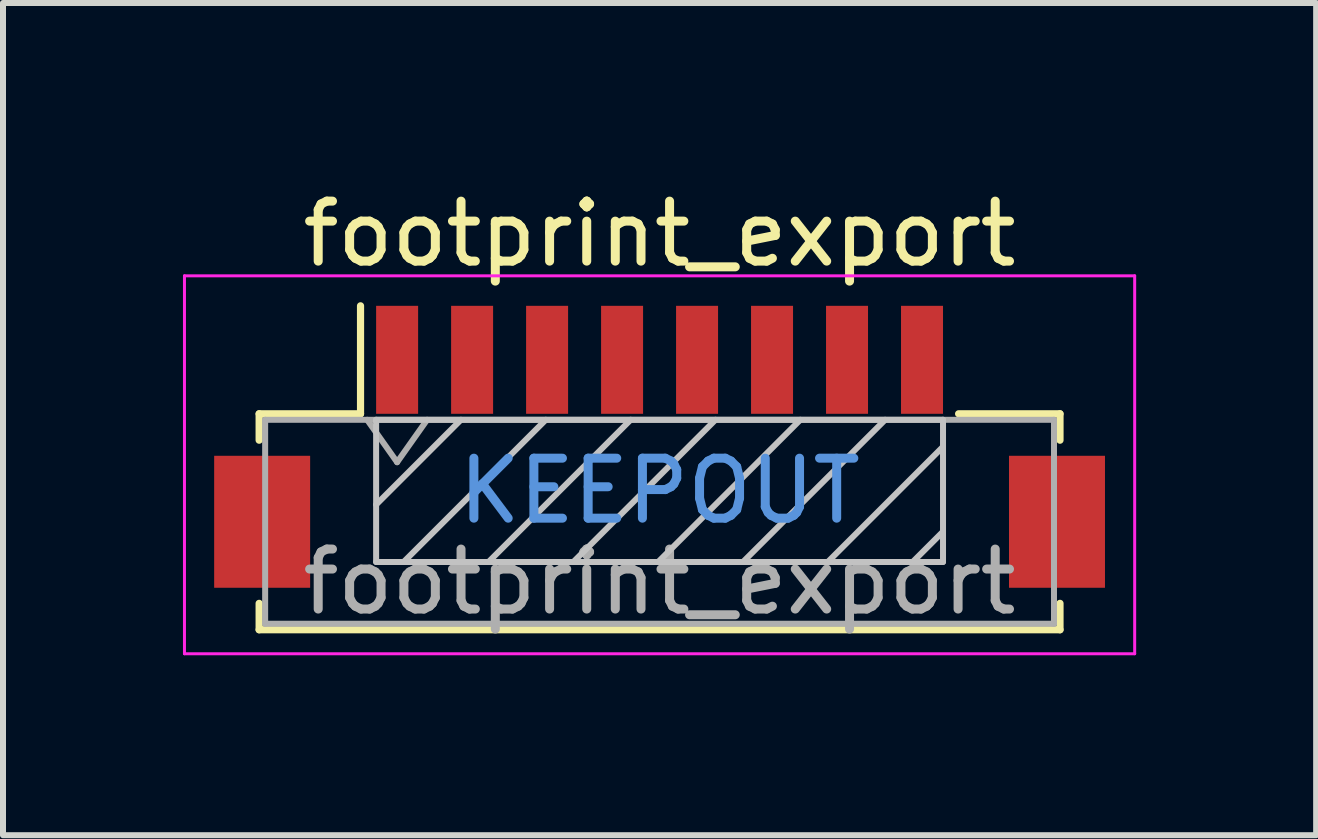
<source format=kicad_pcb>
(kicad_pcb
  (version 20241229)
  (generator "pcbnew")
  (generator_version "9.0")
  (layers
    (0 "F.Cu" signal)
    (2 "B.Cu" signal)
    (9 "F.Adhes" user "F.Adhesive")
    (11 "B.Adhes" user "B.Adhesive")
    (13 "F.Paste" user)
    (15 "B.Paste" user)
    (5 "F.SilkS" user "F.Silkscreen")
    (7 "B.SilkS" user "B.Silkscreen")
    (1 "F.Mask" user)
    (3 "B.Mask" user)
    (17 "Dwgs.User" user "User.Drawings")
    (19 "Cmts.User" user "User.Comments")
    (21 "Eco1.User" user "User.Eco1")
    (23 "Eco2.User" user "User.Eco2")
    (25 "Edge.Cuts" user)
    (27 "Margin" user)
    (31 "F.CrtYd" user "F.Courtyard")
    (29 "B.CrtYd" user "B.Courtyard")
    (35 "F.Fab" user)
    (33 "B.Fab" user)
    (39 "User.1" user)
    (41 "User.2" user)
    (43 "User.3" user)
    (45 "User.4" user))
  (footprint "footprint_export"
    (layer "F.Cu")
    (at 7.945 4.398)
    (property "Reference" "footprint_export" (at 0 -3.55 0) (layer "F.SilkS") (effects (font (size 1 1) (thickness 0.15))))
    (attr smd)
    (fp_line (start -6.675 -0.55) (end -6.675 -0.11) (stroke (width 0.12) (type solid)) (layer "F.SilkS"))
    (fp_line (start -6.675 2.61) (end -6.675 3.05) (stroke (width 0.12) (type solid)) (layer "F.SilkS"))
    (fp_line (start -6.675 3.05) (end 6.675 3.05) (stroke (width 0.12) (type solid)) (layer "F.SilkS"))
    (fp_line (start -4.985 -0.55) (end -6.675 -0.55) (stroke (width 0.12) (type solid)) (layer "F.SilkS"))
    (fp_line (start -4.985 -0.55) (end -4.985 -2.35) (stroke (width 0.12) (type solid)) (layer "F.SilkS"))
    (fp_line (start 4.985 -0.55) (end 6.675 -0.55) (stroke (width 0.12) (type solid)) (layer "F.SilkS"))
    (fp_line (start 6.675 -0.55) (end 6.675 -0.11) (stroke (width 0.12) (type solid)) (layer "F.SilkS"))
    (fp_line (start 6.675 3.05) (end 6.675 2.61) (stroke (width 0.12) (type solid)) (layer "F.SilkS"))
    (fp_line (start -4.725 -0.45) (end -4.725 1.92) (stroke (width 0.1) (type solid)) (layer "Dwgs.User"))
    (fp_line (start -4.725 1.92) (end 4.725 1.92) (stroke (width 0.1) (type solid)) (layer "Dwgs.User"))
    (fp_line (start -3.311 -0.45) (end -4.725 0.964) (stroke (width 0.1) (type solid)) (layer "Dwgs.User"))
    (fp_line (start -1.897 -0.45) (end -4.267 1.92) (stroke (width 0.1) (type solid)) (layer "Dwgs.User"))
    (fp_line (start -0.482 -0.45) (end -2.852 1.92) (stroke (width 0.1) (type solid)) (layer "Dwgs.User"))
    (fp_line (start 0.932 -0.45) (end -1.438 1.92) (stroke (width 0.1) (type solid)) (layer "Dwgs.User"))
    (fp_line (start 2.346 -0.45) (end -0.024 1.92) (stroke (width 0.1) (type solid)) (layer "Dwgs.User"))
    (fp_line (start 3.76 -0.45) (end 1.39 1.92) (stroke (width 0.1) (type solid)) (layer "Dwgs.User"))
    (fp_line (start 4.725 -0.45) (end -4.725 -0.45) (stroke (width 0.1) (type solid)) (layer "Dwgs.User"))
    (fp_line (start 4.725 -0.001) (end 2.804 1.92) (stroke (width 0.1) (type solid)) (layer "Dwgs.User"))
    (fp_line (start 4.725 1.414) (end 4.219 1.92) (stroke (width 0.1) (type solid)) (layer "Dwgs.User"))
    (fp_line (start 4.725 1.92) (end 4.725 -0.45) (stroke (width 0.1) (type solid)) (layer "Dwgs.User"))
    (fp_line (start -7.92 -2.85) (end -7.92 3.45) (stroke (width 0.05) (type solid)) (layer "F.CrtYd"))
    (fp_line (start -7.92 3.45) (end 7.92 3.45) (stroke (width 0.05) (type solid)) (layer "F.CrtYd"))
    (fp_line (start 7.92 -2.85) (end -7.92 -2.85) (stroke (width 0.05) (type solid)) (layer "F.CrtYd"))
    (fp_line (start 7.92 3.45) (end 7.92 -2.85) (stroke (width 0.05) (type solid)) (layer "F.CrtYd"))
    (fp_line (start -6.575 -0.45) (end -6.575 2.95) (stroke (width 0.1) (type solid)) (layer "F.Fab"))
    (fp_line (start -6.575 2.95) (end 6.575 2.95) (stroke (width 0.1) (type solid)) (layer "F.Fab"))
    (fp_line (start -4.875 -0.45) (end -4.375 0.257) (stroke (width 0.1) (type solid)) (layer "F.Fab"))
    (fp_line (start -4.375 0.257) (end -3.875 -0.45) (stroke (width 0.1) (type solid)) (layer "F.Fab"))
    (fp_line (start 6.575 -0.45) (end -6.575 -0.45) (stroke (width 0.1) (type solid)) (layer "F.Fab"))
    (fp_line (start 6.575 2.95) (end 6.575 -0.45) (stroke (width 0.1) (type solid)) (layer "F.Fab"))
    (fp_text user "KEEPOUT" (at 0 0.735 0) (layer "Cmts.User") (effects (font (size 1 1) (thickness 0.15))))
    (fp_text user "${REFERENCE}" (at 0 2.25 0) (layer "F.Fab") (effects (font (size 1 1) (thickness 0.15))))
    (pad "1" smd rect (at -4.375 -1.45) (size 0.7 1.8) (layers "F.Cu" "F.Mask" "F.Paste"))
    (pad "2" smd rect (at -3.125 -1.45) (size 0.7 1.8) (layers "F.Cu" "F.Mask" "F.Paste"))
    (pad "3" smd rect (at -1.875 -1.45) (size 0.7 1.8) (layers "F.Cu" "F.Mask" "F.Paste"))
    (pad "4" smd rect (at -0.625 -1.45) (size 0.7 1.8) (layers "F.Cu" "F.Mask" "F.Paste"))
    (pad "5" smd rect (at 0.625 -1.45) (size 0.7 1.8) (layers "F.Cu" "F.Mask" "F.Paste"))
    (pad "6" smd rect (at 1.875 -1.45) (size 0.7 1.8) (layers "F.Cu" "F.Mask" "F.Paste"))
    (pad "7" smd rect (at 3.125 -1.45) (size 0.7 1.8) (layers "F.Cu" "F.Mask" "F.Paste"))
    (pad "8" smd rect (at 4.375 -1.45) (size 0.7 1.8) (layers "F.Cu" "F.Mask" "F.Paste"))
    (pad "MP" smd rect (at -6.625 1.25) (size 1.6 2.2) (layers "F.Cu" "F.Mask" "F.Paste"))
    (pad "MP" smd rect (at 6.625 1.25) (size 1.6 2.2) (layers "F.Cu" "F.Mask" "F.Paste")))
  (gr_rect
    (start -3 -3)
    (end 18.89 10.873)
    (stroke (width 0.1) (type default))
    (fill no)
    (layer "Edge.Cuts")))
</source>
